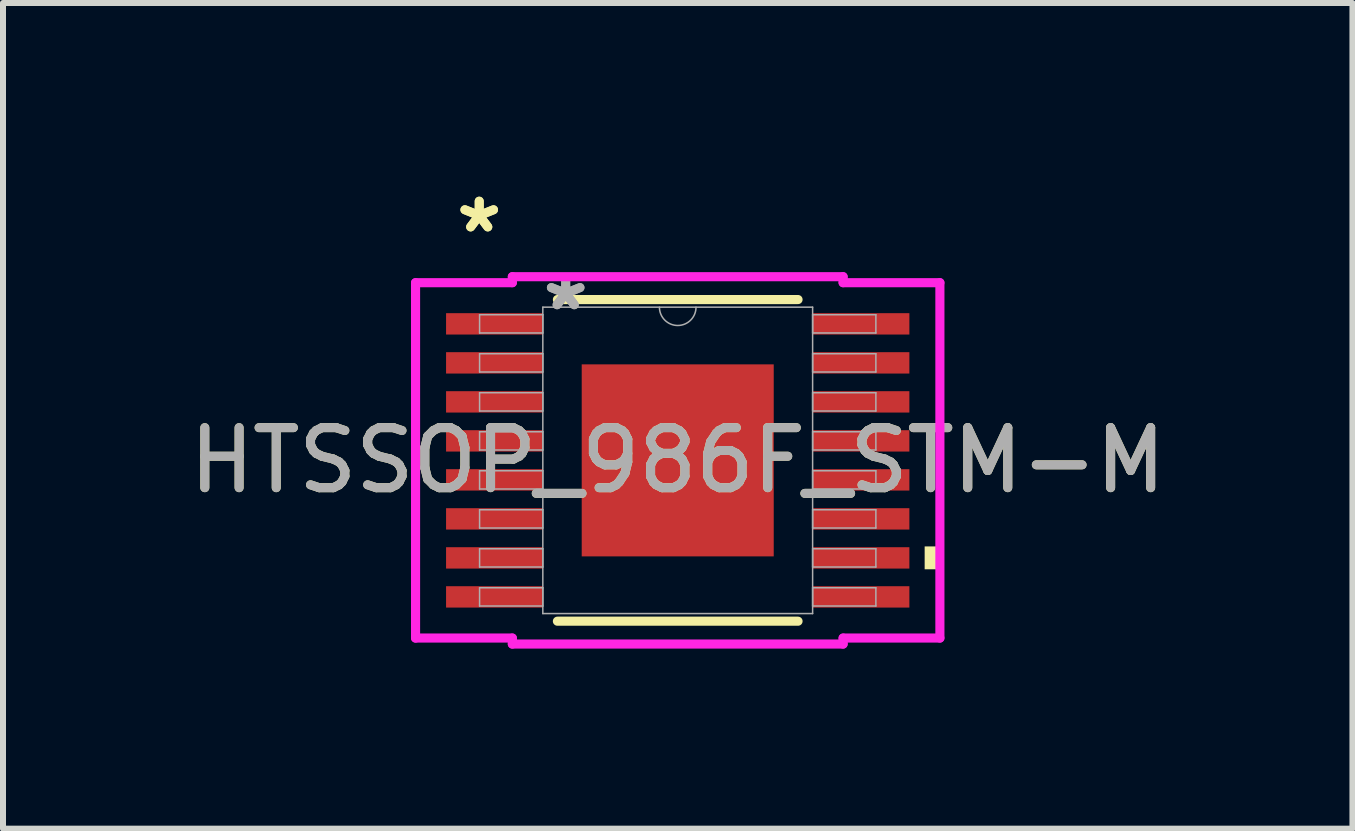
<source format=kicad_pcb>
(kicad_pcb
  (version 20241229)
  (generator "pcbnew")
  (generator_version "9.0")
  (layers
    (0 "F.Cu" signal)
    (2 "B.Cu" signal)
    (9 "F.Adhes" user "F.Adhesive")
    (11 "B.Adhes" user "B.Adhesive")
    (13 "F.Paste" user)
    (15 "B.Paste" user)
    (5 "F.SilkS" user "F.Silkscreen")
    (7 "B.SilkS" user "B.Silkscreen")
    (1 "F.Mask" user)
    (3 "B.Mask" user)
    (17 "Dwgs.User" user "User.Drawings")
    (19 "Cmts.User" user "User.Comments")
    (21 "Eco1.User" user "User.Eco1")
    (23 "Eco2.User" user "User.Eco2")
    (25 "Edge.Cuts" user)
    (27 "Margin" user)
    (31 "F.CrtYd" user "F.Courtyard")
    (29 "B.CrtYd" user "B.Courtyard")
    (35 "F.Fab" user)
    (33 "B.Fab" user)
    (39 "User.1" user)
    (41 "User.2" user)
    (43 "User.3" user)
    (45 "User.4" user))
  (footprint "HTSSOP_986F_STM-M"
    (layer "F.Cu")
    (at 8.244 4.622)
    (property "Reference" "HTSSOP_986F_STM-M" (at 0 0 0) (unlocked yes) (layer "F.SilkS") (effects (font (size 1 1) (thickness 0.15))))
    (attr smd)
    (fp_line (start -2.005 2.68) (end 2.005 2.68) (stroke (width 0.152) (type solid)) (layer "F.SilkS"))
    (fp_line (start 2.005 -2.68) (end -2.005 -2.68) (stroke (width 0.152) (type solid)) (layer "F.SilkS"))
    (fp_poly (pts (xy 4.369 1.434) (xy 4.369 1.815) (xy 4.115 1.815) (xy 4.115 1.434)) (stroke (width 0) (type solid)) (fill yes) (layer "F.SilkS"))
    (fp_poly (pts (xy -1.5 -1.5) (xy -1.5 -0.1) (xy -0.1 -0.1) (xy -0.1 -1.5)) (stroke (width 0) (type solid)) (fill yes) (layer "F.Paste"))
    (fp_poly (pts (xy -1.5 0.1) (xy -1.5 1.5) (xy -0.1 1.5) (xy -0.1 0.1)) (stroke (width 0) (type solid)) (fill yes) (layer "F.Paste"))
    (fp_poly (pts (xy 0.1 -1.5) (xy 0.1 -0.1) (xy 1.5 -0.1) (xy 1.5 -1.5)) (stroke (width 0) (type solid)) (fill yes) (layer "F.Paste"))
    (fp_poly (pts (xy 0.1 0.1) (xy 0.1 1.5) (xy 1.5 1.5) (xy 1.5 0.1)) (stroke (width 0) (type solid)) (fill yes) (layer "F.Paste"))
    (fp_line (start -4.369 -2.961) (end -2.756 -2.961) (stroke (width 0.152) (type solid)) (layer "F.CrtYd"))
    (fp_line (start -4.369 2.961) (end -4.369 -2.961) (stroke (width 0.152) (type solid)) (layer "F.CrtYd"))
    (fp_line (start -4.369 2.961) (end -2.756 2.961) (stroke (width 0.152) (type solid)) (layer "F.CrtYd"))
    (fp_line (start -2.756 -3.061) (end 2.756 -3.061) (stroke (width 0.152) (type solid)) (layer "F.CrtYd"))
    (fp_line (start -2.756 -2.961) (end -2.756 -3.061) (stroke (width 0.152) (type solid)) (layer "F.CrtYd"))
    (fp_line (start -2.756 3.061) (end -2.756 2.961) (stroke (width 0.152) (type solid)) (layer "F.CrtYd"))
    (fp_line (start 2.756 -3.061) (end 2.756 -2.961) (stroke (width 0.152) (type solid)) (layer "F.CrtYd"))
    (fp_line (start 2.756 2.961) (end 2.756 3.061) (stroke (width 0.152) (type solid)) (layer "F.CrtYd"))
    (fp_line (start 2.756 3.061) (end -2.756 3.061) (stroke (width 0.152) (type solid)) (layer "F.CrtYd"))
    (fp_line (start 4.369 -2.961) (end 2.756 -2.961) (stroke (width 0.152) (type solid)) (layer "F.CrtYd"))
    (fp_line (start 4.369 -2.961) (end 4.369 2.961) (stroke (width 0.152) (type solid)) (layer "F.CrtYd"))
    (fp_line (start 4.369 2.961) (end 2.756 2.961) (stroke (width 0.152) (type solid)) (layer "F.CrtYd"))
    (fp_line (start -3.302 -2.427) (end -3.302 -2.123) (stroke (width 0.025) (type solid)) (layer "F.Fab"))
    (fp_line (start -3.302 -2.123) (end -2.248 -2.123) (stroke (width 0.025) (type solid)) (layer "F.Fab"))
    (fp_line (start -3.302 -1.777) (end -3.302 -1.473) (stroke (width 0.025) (type solid)) (layer "F.Fab"))
    (fp_line (start -3.302 -1.473) (end -2.248 -1.473) (stroke (width 0.025) (type solid)) (layer "F.Fab"))
    (fp_line (start -3.302 -1.127) (end -3.302 -0.823) (stroke (width 0.025) (type solid)) (layer "F.Fab"))
    (fp_line (start -3.302 -0.823) (end -2.248 -0.823) (stroke (width 0.025) (type solid)) (layer "F.Fab"))
    (fp_line (start -3.302 -0.477) (end -3.302 -0.173) (stroke (width 0.025) (type solid)) (layer "F.Fab"))
    (fp_line (start -3.302 -0.173) (end -2.248 -0.173) (stroke (width 0.025) (type solid)) (layer "F.Fab"))
    (fp_line (start -3.302 0.173) (end -3.302 0.477) (stroke (width 0.025) (type solid)) (layer "F.Fab"))
    (fp_line (start -3.302 0.477) (end -2.248 0.477) (stroke (width 0.025) (type solid)) (layer "F.Fab"))
    (fp_line (start -3.302 0.823) (end -3.302 1.127) (stroke (width 0.025) (type solid)) (layer "F.Fab"))
    (fp_line (start -3.302 1.127) (end -2.248 1.127) (stroke (width 0.025) (type solid)) (layer "F.Fab"))
    (fp_line (start -3.302 1.473) (end -3.302 1.777) (stroke (width 0.025) (type solid)) (layer "F.Fab"))
    (fp_line (start -3.302 1.777) (end -2.248 1.777) (stroke (width 0.025) (type solid)) (layer "F.Fab"))
    (fp_line (start -3.302 2.123) (end -3.302 2.427) (stroke (width 0.025) (type solid)) (layer "F.Fab"))
    (fp_line (start -3.302 2.427) (end -2.248 2.427) (stroke (width 0.025) (type solid)) (layer "F.Fab"))
    (fp_line (start -2.248 -2.553) (end -2.248 2.553) (stroke (width 0.025) (type solid)) (layer "F.Fab"))
    (fp_line (start -2.248 -2.427) (end -3.302 -2.427) (stroke (width 0.025) (type solid)) (layer "F.Fab"))
    (fp_line (start -2.248 -2.123) (end -2.248 -2.427) (stroke (width 0.025) (type solid)) (layer "F.Fab"))
    (fp_line (start -2.248 -1.777) (end -3.302 -1.777) (stroke (width 0.025) (type solid)) (layer "F.Fab"))
    (fp_line (start -2.248 -1.473) (end -2.248 -1.777) (stroke (width 0.025) (type solid)) (layer "F.Fab"))
    (fp_line (start -2.248 -1.127) (end -3.302 -1.127) (stroke (width 0.025) (type solid)) (layer "F.Fab"))
    (fp_line (start -2.248 -0.823) (end -2.248 -1.127) (stroke (width 0.025) (type solid)) (layer "F.Fab"))
    (fp_line (start -2.248 -0.477) (end -3.302 -0.477) (stroke (width 0.025) (type solid)) (layer "F.Fab"))
    (fp_line (start -2.248 -0.173) (end -2.248 -0.477) (stroke (width 0.025) (type solid)) (layer "F.Fab"))
    (fp_line (start -2.248 0.173) (end -3.302 0.173) (stroke (width 0.025) (type solid)) (layer "F.Fab"))
    (fp_line (start -2.248 0.477) (end -2.248 0.173) (stroke (width 0.025) (type solid)) (layer "F.Fab"))
    (fp_line (start -2.248 0.823) (end -3.302 0.823) (stroke (width 0.025) (type solid)) (layer "F.Fab"))
    (fp_line (start -2.248 1.127) (end -2.248 0.823) (stroke (width 0.025) (type solid)) (layer "F.Fab"))
    (fp_line (start -2.248 1.473) (end -3.302 1.473) (stroke (width 0.025) (type solid)) (layer "F.Fab"))
    (fp_line (start -2.248 1.777) (end -2.248 1.473) (stroke (width 0.025) (type solid)) (layer "F.Fab"))
    (fp_line (start -2.248 2.123) (end -3.302 2.123) (stroke (width 0.025) (type solid)) (layer "F.Fab"))
    (fp_line (start -2.248 2.427) (end -2.248 2.123) (stroke (width 0.025) (type solid)) (layer "F.Fab"))
    (fp_line (start -2.248 2.553) (end 2.248 2.553) (stroke (width 0.025) (type solid)) (layer "F.Fab"))
    (fp_line (start 2.248 -2.553) (end -2.248 -2.553) (stroke (width 0.025) (type solid)) (layer "F.Fab"))
    (fp_line (start 2.248 -2.427) (end 2.248 -2.123) (stroke (width 0.025) (type solid)) (layer "F.Fab"))
    (fp_line (start 2.248 -2.123) (end 3.302 -2.123) (stroke (width 0.025) (type solid)) (layer "F.Fab"))
    (fp_line (start 2.248 -1.777) (end 2.248 -1.473) (stroke (width 0.025) (type solid)) (layer "F.Fab"))
    (fp_line (start 2.248 -1.473) (end 3.302 -1.473) (stroke (width 0.025) (type solid)) (layer "F.Fab"))
    (fp_line (start 2.248 -1.127) (end 2.248 -0.823) (stroke (width 0.025) (type solid)) (layer "F.Fab"))
    (fp_line (start 2.248 -0.823) (end 3.302 -0.823) (stroke (width 0.025) (type solid)) (layer "F.Fab"))
    (fp_line (start 2.248 -0.477) (end 2.248 -0.173) (stroke (width 0.025) (type solid)) (layer "F.Fab"))
    (fp_line (start 2.248 -0.173) (end 3.302 -0.173) (stroke (width 0.025) (type solid)) (layer "F.Fab"))
    (fp_line (start 2.248 0.173) (end 2.248 0.477) (stroke (width 0.025) (type solid)) (layer "F.Fab"))
    (fp_line (start 2.248 0.477) (end 3.302 0.477) (stroke (width 0.025) (type solid)) (layer "F.Fab"))
    (fp_line (start 2.248 0.823) (end 2.248 1.127) (stroke (width 0.025) (type solid)) (layer "F.Fab"))
    (fp_line (start 2.248 1.127) (end 3.302 1.127) (stroke (width 0.025) (type solid)) (layer "F.Fab"))
    (fp_line (start 2.248 1.473) (end 2.248 1.777) (stroke (width 0.025) (type solid)) (layer "F.Fab"))
    (fp_line (start 2.248 1.777) (end 3.302 1.777) (stroke (width 0.025) (type solid)) (layer "F.Fab"))
    (fp_line (start 2.248 2.123) (end 2.248 2.427) (stroke (width 0.025) (type solid)) (layer "F.Fab"))
    (fp_line (start 2.248 2.427) (end 3.302 2.427) (stroke (width 0.025) (type solid)) (layer "F.Fab"))
    (fp_line (start 2.248 2.553) (end 2.248 -2.553) (stroke (width 0.025) (type solid)) (layer "F.Fab"))
    (fp_line (start 3.302 -2.427) (end 2.248 -2.427) (stroke (width 0.025) (type solid)) (layer "F.Fab"))
    (fp_line (start 3.302 -2.123) (end 3.302 -2.427) (stroke (width 0.025) (type solid)) (layer "F.Fab"))
    (fp_line (start 3.302 -1.777) (end 2.248 -1.777) (stroke (width 0.025) (type solid)) (layer "F.Fab"))
    (fp_line (start 3.302 -1.473) (end 3.302 -1.777) (stroke (width 0.025) (type solid)) (layer "F.Fab"))
    (fp_line (start 3.302 -1.127) (end 2.248 -1.127) (stroke (width 0.025) (type solid)) (layer "F.Fab"))
    (fp_line (start 3.302 -0.823) (end 3.302 -1.127) (stroke (width 0.025) (type solid)) (layer "F.Fab"))
    (fp_line (start 3.302 -0.477) (end 2.248 -0.477) (stroke (width 0.025) (type solid)) (layer "F.Fab"))
    (fp_line (start 3.302 -0.173) (end 3.302 -0.477) (stroke (width 0.025) (type solid)) (layer "F.Fab"))
    (fp_line (start 3.302 0.173) (end 2.248 0.173) (stroke (width 0.025) (type solid)) (layer "F.Fab"))
    (fp_line (start 3.302 0.477) (end 3.302 0.173) (stroke (width 0.025) (type solid)) (layer "F.Fab"))
    (fp_line (start 3.302 0.823) (end 2.248 0.823) (stroke (width 0.025) (type solid)) (layer "F.Fab"))
    (fp_line (start 3.302 1.127) (end 3.302 0.823) (stroke (width 0.025) (type solid)) (layer "F.Fab"))
    (fp_line (start 3.302 1.473) (end 2.248 1.473) (stroke (width 0.025) (type solid)) (layer "F.Fab"))
    (fp_line (start 3.302 1.777) (end 3.302 1.473) (stroke (width 0.025) (type solid)) (layer "F.Fab"))
    (fp_line (start 3.302 2.123) (end 2.248 2.123) (stroke (width 0.025) (type solid)) (layer "F.Fab"))
    (fp_line (start 3.302 2.427) (end 3.302 2.123) (stroke (width 0.025) (type solid)) (layer "F.Fab"))
    (fp_arc (start 0.3048 -2.5527) (mid 0 -2.2479) (end -0.3048 -2.5527) (stroke (width 0.0254) (type solid)) (layer "F.Fab"))
    (fp_text user "*" (at -3.308 -3.774 0) (unlocked yes) (layer "F.SilkS") (effects (font (size 1 1) (thickness 0.15))))
    (fp_text user "*" (at -3.308 -3.774 0) (layer "F.SilkS") (effects (font (size 1 1) (thickness 0.15))))
    (fp_text user "${REFERENCE}" (at 0 0 0) (unlocked yes) (layer "F.Fab") (effects (font (size 1 1) (thickness 0.15))))
    (fp_text user "*" (at -1.867 -2.477 0) (unlocked yes) (layer "F.Fab") (effects (font (size 1 1) (thickness 0.15))))
    (fp_text user "*" (at -1.867 -2.477 0) (layer "F.Fab") (effects (font (size 1 1) (thickness 0.15))))
    (pad "1" smd rect (at -3.054 -2.275) (size 1.613 0.356) (layers "F.Cu" "F.Mask" "F.Paste"))
    (pad "2" smd rect (at -3.054 -1.625) (size 1.613 0.356) (layers "F.Cu" "F.Mask" "F.Paste"))
    (pad "3" smd rect (at -3.054 -0.975) (size 1.613 0.356) (layers "F.Cu" "F.Mask" "F.Paste"))
    (pad "4" smd rect (at -3.054 -0.325) (size 1.613 0.356) (layers "F.Cu" "F.Mask" "F.Paste"))
    (pad "5" smd rect (at -3.054 0.325) (size 1.613 0.356) (layers "F.Cu" "F.Mask" "F.Paste"))
    (pad "6" smd rect (at -3.054 0.975) (size 1.613 0.356) (layers "F.Cu" "F.Mask" "F.Paste"))
    (pad "7" smd rect (at -3.054 1.625) (size 1.613 0.356) (layers "F.Cu" "F.Mask" "F.Paste"))
    (pad "8" smd rect (at -3.054 2.275) (size 1.613 0.356) (layers "F.Cu" "F.Mask" "F.Paste"))
    (pad "9" smd rect (at 3.054 2.275) (size 1.613 0.356) (layers "F.Cu" "F.Mask" "F.Paste"))
    (pad "10" smd rect (at 3.054 1.625) (size 1.613 0.356) (layers "F.Cu" "F.Mask" "F.Paste"))
    (pad "11" smd rect (at 3.054 0.975) (size 1.613 0.356) (layers "F.Cu" "F.Mask" "F.Paste"))
    (pad "12" smd rect (at 3.054 0.325) (size 1.613 0.356) (layers "F.Cu" "F.Mask" "F.Paste"))
    (pad "13" smd rect (at 3.054 -0.325) (size 1.613 0.356) (layers "F.Cu" "F.Mask" "F.Paste"))
    (pad "14" smd rect (at 3.054 -0.975) (size 1.613 0.356) (layers "F.Cu" "F.Mask" "F.Paste"))
    (pad "15" smd rect (at 3.054 -1.625) (size 1.613 0.356) (layers "F.Cu" "F.Mask" "F.Paste"))
    (pad "16" smd rect (at 3.054 -2.275) (size 1.613 0.356) (layers "F.Cu" "F.Mask" "F.Paste"))
    (pad "EPAD" smd rect (at 0 0) (size 3.2 3.2) (layers "F.Cu" "F.Mask")))
  (gr_rect
    (start -3 -3)
    (end 19.488 10.759)
    (stroke (width 0.1) (type default))
    (fill no)
    (layer "Edge.Cuts")))
</source>
